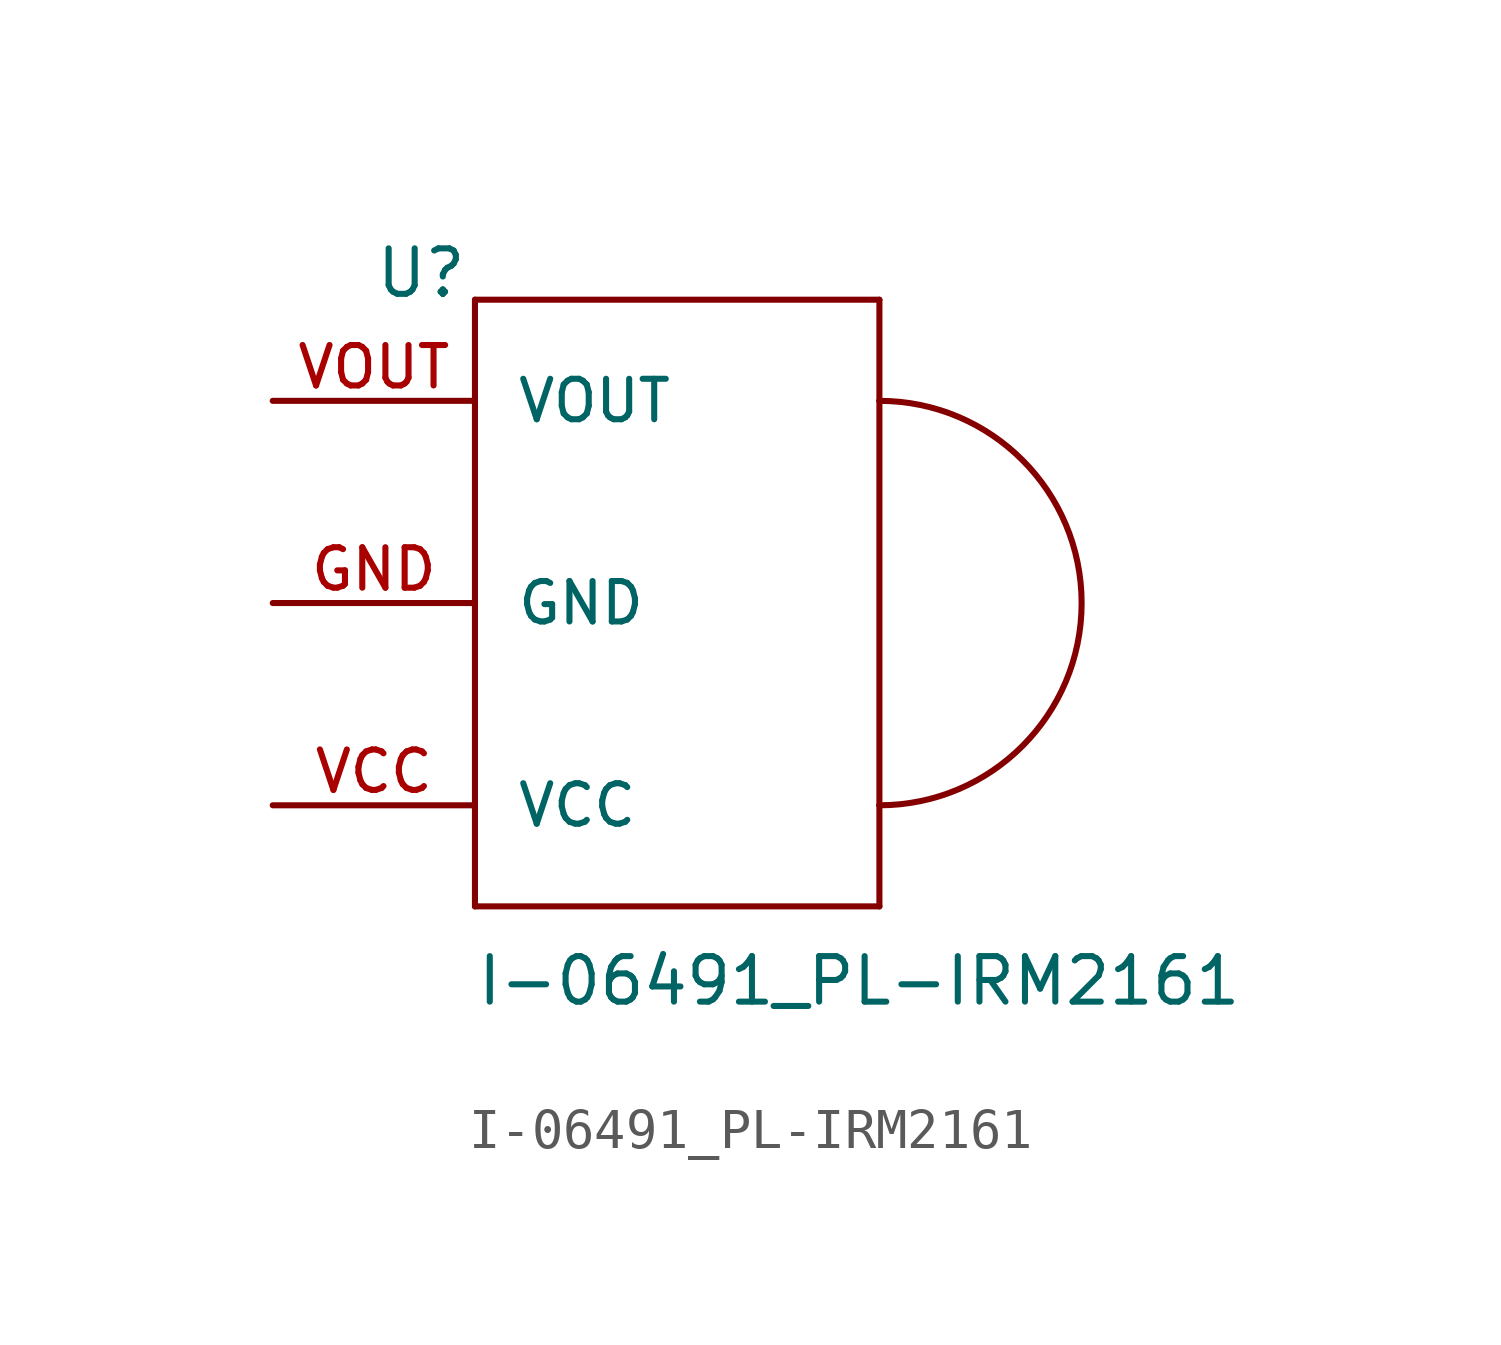
<source format=kicad_sym>
(kicad_symbol_lib
  (version 20211014)
  (generator kicad_symbol_editor)
  (symbol "I-06491_PL-IRM2161"
    (pin_names
      (offset 1.016))
    (property "Reference" "U"
      (at -2.54 7.62 0)
      (effects (font (size 1.143 1.143)) (justify left bottom)))
    (property "Value" "I-06491_PL-IRM2161"
      (at 0 -10.16 0)
      (effects (font (size 1.143 1.143)) (justify left bottom)))
    (property "ki_locked" ""
      (at 0 0 0)
      (effects (font (size 1.27 1.27))))
    (symbol "I-06491_PL-IRM2161_1_0"
      (polyline (pts (xy 0 -7.62) (xy 0 7.62)) (stroke (width 0) (type default) (color 0 0 0 0)) (fill (type none)))
      (polyline (pts (xy 0 7.62) (xy 10.16 7.62)) (stroke (width 0) (type default) (color 0 0 0 0)) (fill (type none)))
      (polyline (pts (xy 10.16 -7.62) (xy 0 -7.62)) (stroke (width 0) (type default) (color 0 0 0 0)) (fill (type none)))
      (polyline (pts (xy 10.16 -5.08) (xy 10.16 -7.62)) (stroke (width 0) (type default) (color 0 0 0 0)) (fill (type none)))
      (polyline (pts (xy 10.16 5.08) (xy 10.16 -5.08)) (stroke (width 0) (type default) (color 0 0 0 0)) (fill (type none)))
      (polyline (pts (xy 10.16 7.62) (xy 10.16 5.08)) (stroke (width 0) (type default) (color 0 0 0 0)) (fill (type none))))
    (symbol "I-06491_PL-IRM2161_1_1"
      (arc (start 10.16 -5.08) (mid 15.24 0) (end 10.16 5.08) (stroke (width 0) (type default) (color 0 0 0 0)) (fill (type none)))
      (pin bidirectional line (at -5.08 0 0) (length 5.08) (name "GND" (effects (font (size 1.016 1.016)))) (number "GND" (effects (font (size 1.016 1.016)))))
      (pin bidirectional line (at -5.08 -5.08 0) (length 5.08) (name "VCC" (effects (font (size 1.016 1.016)))) (number "VCC" (effects (font (size 1.016 1.016)))))
      (pin bidirectional line (at -5.08 5.08 0) (length 5.08) (name "VOUT" (effects (font (size 1.016 1.016)))) (number "VOUT" (effects (font (size 1.016 1.016))))))))
</source>
